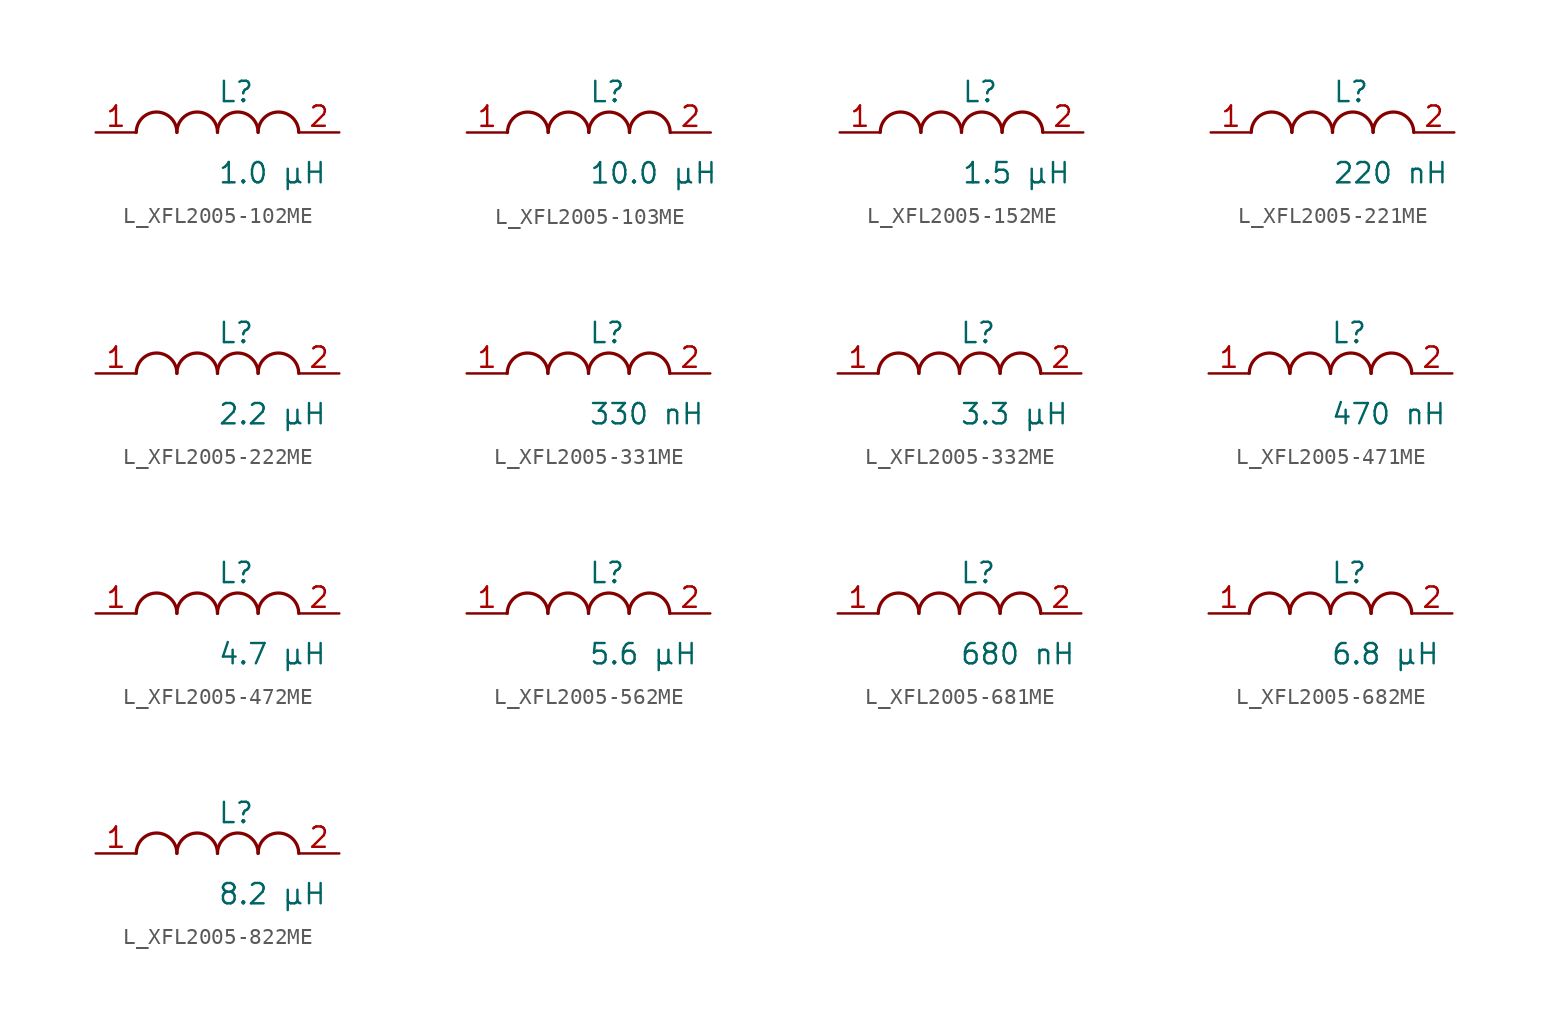
<source format=kicad_sym>
(kicad_symbol_lib
  (version 20231120)
  (generator kicad_symbol_editor)
  (generator_version 8.0)
  (symbol "L_XFL2005-102ME"
    (pin_names
      (offset 0.254))
    (property "Reference" "L"
      (at 0 2.54 0)
      (effects (font (size 1.27 1.27)) (justify left)))
    (property "Value" "1.0 µH"
      (at 0 -2.54 0)
      (effects (font (size 1.27 1.27)) (justify left)))
    (symbol "L_XFL2005-102ME_1_1"
      (arc (start -2.54 0.0056) (mid -3.81 1.27) (end -5.08 0.0056) (stroke (width 0.2032) (type default)) (fill (type none)))
      (arc (start 0 0.0056) (mid -1.27 1.27) (end -2.54 0.0056) (stroke (width 0.2032) (type default)) (fill (type none)))
      (arc (start 2.54 0.0056) (mid 1.27 1.27) (end 0 0.0056) (stroke (width 0.2032) (type default)) (fill (type none)))
      (arc (start 5.08 0.0056) (mid 3.81 1.27) (end 2.54 0.0056) (stroke (width 0.2032) (type default)) (fill (type none)))
      (pin unspecified line (at -7.62 0 0) (length 2.54) (name "" (effects (font (size 1.27 1.27)))) (number "1" (effects (font (size 1.27 1.27)))))
      (pin unspecified line (at 7.62 0 180) (length 2.54) (name "" (effects (font (size 1.27 1.27)))) (number "2" (effects (font (size 1.27 1.27)))))))
  (symbol "L_XFL2005-103ME"
    (pin_names
      (offset 0.254))
    (property "Reference" "L"
      (at 0 2.54 0)
      (effects (font (size 1.27 1.27)) (justify left)))
    (property "Value" "10.0 µH"
      (at 0 -2.54 0)
      (effects (font (size 1.27 1.27)) (justify left)))
    (symbol "L_XFL2005-103ME_1_1"
      (arc (start -2.54 0.0056) (mid -3.81 1.27) (end -5.08 0.0056) (stroke (width 0.2032) (type default)) (fill (type none)))
      (arc (start 0 0.0056) (mid -1.27 1.27) (end -2.54 0.0056) (stroke (width 0.2032) (type default)) (fill (type none)))
      (arc (start 2.54 0.0056) (mid 1.27 1.27) (end 0 0.0056) (stroke (width 0.2032) (type default)) (fill (type none)))
      (arc (start 5.08 0.0056) (mid 3.81 1.27) (end 2.54 0.0056) (stroke (width 0.2032) (type default)) (fill (type none)))
      (pin unspecified line (at -7.62 0 0) (length 2.54) (name "" (effects (font (size 1.27 1.27)))) (number "1" (effects (font (size 1.27 1.27)))))
      (pin unspecified line (at 7.62 0 180) (length 2.54) (name "" (effects (font (size 1.27 1.27)))) (number "2" (effects (font (size 1.27 1.27)))))))
  (symbol "L_XFL2005-152ME"
    (pin_names
      (offset 0.254))
    (property "Reference" "L"
      (at 0 2.54 0)
      (effects (font (size 1.27 1.27)) (justify left)))
    (property "Value" "1.5 µH"
      (at 0 -2.54 0)
      (effects (font (size 1.27 1.27)) (justify left)))
    (symbol "L_XFL2005-152ME_1_1"
      (arc (start -2.54 0.0056) (mid -3.81 1.27) (end -5.08 0.0056) (stroke (width 0.2032) (type default)) (fill (type none)))
      (arc (start 0 0.0056) (mid -1.27 1.27) (end -2.54 0.0056) (stroke (width 0.2032) (type default)) (fill (type none)))
      (arc (start 2.54 0.0056) (mid 1.27 1.27) (end 0 0.0056) (stroke (width 0.2032) (type default)) (fill (type none)))
      (arc (start 5.08 0.0056) (mid 3.81 1.27) (end 2.54 0.0056) (stroke (width 0.2032) (type default)) (fill (type none)))
      (pin unspecified line (at -7.62 0 0) (length 2.54) (name "" (effects (font (size 1.27 1.27)))) (number "1" (effects (font (size 1.27 1.27)))))
      (pin unspecified line (at 7.62 0 180) (length 2.54) (name "" (effects (font (size 1.27 1.27)))) (number "2" (effects (font (size 1.27 1.27)))))))
  (symbol "L_XFL2005-221ME"
    (pin_names
      (offset 0.254))
    (property "Reference" "L"
      (at 0 2.54 0)
      (effects (font (size 1.27 1.27)) (justify left)))
    (property "Value" "220 nH"
      (at 0 -2.54 0)
      (effects (font (size 1.27 1.27)) (justify left)))
    (symbol "L_XFL2005-221ME_1_1"
      (arc (start -2.54 0.0056) (mid -3.81 1.27) (end -5.08 0.0056) (stroke (width 0.2032) (type default)) (fill (type none)))
      (arc (start 0 0.0056) (mid -1.27 1.27) (end -2.54 0.0056) (stroke (width 0.2032) (type default)) (fill (type none)))
      (arc (start 2.54 0.0056) (mid 1.27 1.27) (end 0 0.0056) (stroke (width 0.2032) (type default)) (fill (type none)))
      (arc (start 5.08 0.0056) (mid 3.81 1.27) (end 2.54 0.0056) (stroke (width 0.2032) (type default)) (fill (type none)))
      (pin unspecified line (at -7.62 0 0) (length 2.54) (name "" (effects (font (size 1.27 1.27)))) (number "1" (effects (font (size 1.27 1.27)))))
      (pin unspecified line (at 7.62 0 180) (length 2.54) (name "" (effects (font (size 1.27 1.27)))) (number "2" (effects (font (size 1.27 1.27)))))))
  (symbol "L_XFL2005-222ME"
    (pin_names
      (offset 0.254))
    (property "Reference" "L"
      (at 0 2.54 0)
      (effects (font (size 1.27 1.27)) (justify left)))
    (property "Value" "2.2 µH"
      (at 0 -2.54 0)
      (effects (font (size 1.27 1.27)) (justify left)))
    (symbol "L_XFL2005-222ME_1_1"
      (arc (start -2.54 0.0056) (mid -3.81 1.27) (end -5.08 0.0056) (stroke (width 0.2032) (type default)) (fill (type none)))
      (arc (start 0 0.0056) (mid -1.27 1.27) (end -2.54 0.0056) (stroke (width 0.2032) (type default)) (fill (type none)))
      (arc (start 2.54 0.0056) (mid 1.27 1.27) (end 0 0.0056) (stroke (width 0.2032) (type default)) (fill (type none)))
      (arc (start 5.08 0.0056) (mid 3.81 1.27) (end 2.54 0.0056) (stroke (width 0.2032) (type default)) (fill (type none)))
      (pin unspecified line (at -7.62 0 0) (length 2.54) (name "" (effects (font (size 1.27 1.27)))) (number "1" (effects (font (size 1.27 1.27)))))
      (pin unspecified line (at 7.62 0 180) (length 2.54) (name "" (effects (font (size 1.27 1.27)))) (number "2" (effects (font (size 1.27 1.27)))))))
  (symbol "L_XFL2005-331ME"
    (pin_names
      (offset 0.254))
    (property "Reference" "L"
      (at 0 2.54 0)
      (effects (font (size 1.27 1.27)) (justify left)))
    (property "Value" "330 nH"
      (at 0 -2.54 0)
      (effects (font (size 1.27 1.27)) (justify left)))
    (symbol "L_XFL2005-331ME_1_1"
      (arc (start -2.54 0.0056) (mid -3.81 1.27) (end -5.08 0.0056) (stroke (width 0.2032) (type default)) (fill (type none)))
      (arc (start 0 0.0056) (mid -1.27 1.27) (end -2.54 0.0056) (stroke (width 0.2032) (type default)) (fill (type none)))
      (arc (start 2.54 0.0056) (mid 1.27 1.27) (end 0 0.0056) (stroke (width 0.2032) (type default)) (fill (type none)))
      (arc (start 5.08 0.0056) (mid 3.81 1.27) (end 2.54 0.0056) (stroke (width 0.2032) (type default)) (fill (type none)))
      (pin unspecified line (at -7.62 0 0) (length 2.54) (name "" (effects (font (size 1.27 1.27)))) (number "1" (effects (font (size 1.27 1.27)))))
      (pin unspecified line (at 7.62 0 180) (length 2.54) (name "" (effects (font (size 1.27 1.27)))) (number "2" (effects (font (size 1.27 1.27)))))))
  (symbol "L_XFL2005-332ME"
    (pin_names
      (offset 0.254))
    (property "Reference" "L"
      (at 0 2.54 0)
      (effects (font (size 1.27 1.27)) (justify left)))
    (property "Value" "3.3 µH"
      (at 0 -2.54 0)
      (effects (font (size 1.27 1.27)) (justify left)))
    (symbol "L_XFL2005-332ME_1_1"
      (arc (start -2.54 0.0056) (mid -3.81 1.27) (end -5.08 0.0056) (stroke (width 0.2032) (type default)) (fill (type none)))
      (arc (start 0 0.0056) (mid -1.27 1.27) (end -2.54 0.0056) (stroke (width 0.2032) (type default)) (fill (type none)))
      (arc (start 2.54 0.0056) (mid 1.27 1.27) (end 0 0.0056) (stroke (width 0.2032) (type default)) (fill (type none)))
      (arc (start 5.08 0.0056) (mid 3.81 1.27) (end 2.54 0.0056) (stroke (width 0.2032) (type default)) (fill (type none)))
      (pin unspecified line (at -7.62 0 0) (length 2.54) (name "" (effects (font (size 1.27 1.27)))) (number "1" (effects (font (size 1.27 1.27)))))
      (pin unspecified line (at 7.62 0 180) (length 2.54) (name "" (effects (font (size 1.27 1.27)))) (number "2" (effects (font (size 1.27 1.27)))))))
  (symbol "L_XFL2005-471ME"
    (pin_names
      (offset 0.254))
    (property "Reference" "L"
      (at 0 2.54 0)
      (effects (font (size 1.27 1.27)) (justify left)))
    (property "Value" "470 nH"
      (at 0 -2.54 0)
      (effects (font (size 1.27 1.27)) (justify left)))
    (symbol "L_XFL2005-471ME_1_1"
      (arc (start -2.54 0.0056) (mid -3.81 1.27) (end -5.08 0.0056) (stroke (width 0.2032) (type default)) (fill (type none)))
      (arc (start 0 0.0056) (mid -1.27 1.27) (end -2.54 0.0056) (stroke (width 0.2032) (type default)) (fill (type none)))
      (arc (start 2.54 0.0056) (mid 1.27 1.27) (end 0 0.0056) (stroke (width 0.2032) (type default)) (fill (type none)))
      (arc (start 5.08 0.0056) (mid 3.81 1.27) (end 2.54 0.0056) (stroke (width 0.2032) (type default)) (fill (type none)))
      (pin unspecified line (at -7.62 0 0) (length 2.54) (name "" (effects (font (size 1.27 1.27)))) (number "1" (effects (font (size 1.27 1.27)))))
      (pin unspecified line (at 7.62 0 180) (length 2.54) (name "" (effects (font (size 1.27 1.27)))) (number "2" (effects (font (size 1.27 1.27)))))))
  (symbol "L_XFL2005-472ME"
    (pin_names
      (offset 0.254))
    (property "Reference" "L"
      (at 0 2.54 0)
      (effects (font (size 1.27 1.27)) (justify left)))
    (property "Value" "4.7 µH"
      (at 0 -2.54 0)
      (effects (font (size 1.27 1.27)) (justify left)))
    (symbol "L_XFL2005-472ME_1_1"
      (arc (start -2.54 0.0056) (mid -3.81 1.27) (end -5.08 0.0056) (stroke (width 0.2032) (type default)) (fill (type none)))
      (arc (start 0 0.0056) (mid -1.27 1.27) (end -2.54 0.0056) (stroke (width 0.2032) (type default)) (fill (type none)))
      (arc (start 2.54 0.0056) (mid 1.27 1.27) (end 0 0.0056) (stroke (width 0.2032) (type default)) (fill (type none)))
      (arc (start 5.08 0.0056) (mid 3.81 1.27) (end 2.54 0.0056) (stroke (width 0.2032) (type default)) (fill (type none)))
      (pin unspecified line (at -7.62 0 0) (length 2.54) (name "" (effects (font (size 1.27 1.27)))) (number "1" (effects (font (size 1.27 1.27)))))
      (pin unspecified line (at 7.62 0 180) (length 2.54) (name "" (effects (font (size 1.27 1.27)))) (number "2" (effects (font (size 1.27 1.27)))))))
  (symbol "L_XFL2005-562ME"
    (pin_names
      (offset 0.254))
    (property "Reference" "L"
      (at 0 2.54 0)
      (effects (font (size 1.27 1.27)) (justify left)))
    (property "Value" "5.6 µH"
      (at 0 -2.54 0)
      (effects (font (size 1.27 1.27)) (justify left)))
    (symbol "L_XFL2005-562ME_1_1"
      (arc (start -2.54 0.0056) (mid -3.81 1.27) (end -5.08 0.0056) (stroke (width 0.2032) (type default)) (fill (type none)))
      (arc (start 0 0.0056) (mid -1.27 1.27) (end -2.54 0.0056) (stroke (width 0.2032) (type default)) (fill (type none)))
      (arc (start 2.54 0.0056) (mid 1.27 1.27) (end 0 0.0056) (stroke (width 0.2032) (type default)) (fill (type none)))
      (arc (start 5.08 0.0056) (mid 3.81 1.27) (end 2.54 0.0056) (stroke (width 0.2032) (type default)) (fill (type none)))
      (pin unspecified line (at -7.62 0 0) (length 2.54) (name "" (effects (font (size 1.27 1.27)))) (number "1" (effects (font (size 1.27 1.27)))))
      (pin unspecified line (at 7.62 0 180) (length 2.54) (name "" (effects (font (size 1.27 1.27)))) (number "2" (effects (font (size 1.27 1.27)))))))
  (symbol "L_XFL2005-681ME"
    (pin_names
      (offset 0.254))
    (property "Reference" "L"
      (at 0 2.54 0)
      (effects (font (size 1.27 1.27)) (justify left)))
    (property "Value" "680 nH"
      (at 0 -2.54 0)
      (effects (font (size 1.27 1.27)) (justify left)))
    (symbol "L_XFL2005-681ME_1_1"
      (arc (start -2.54 0.0056) (mid -3.81 1.27) (end -5.08 0.0056) (stroke (width 0.2032) (type default)) (fill (type none)))
      (arc (start 0 0.0056) (mid -1.27 1.27) (end -2.54 0.0056) (stroke (width 0.2032) (type default)) (fill (type none)))
      (arc (start 2.54 0.0056) (mid 1.27 1.27) (end 0 0.0056) (stroke (width 0.2032) (type default)) (fill (type none)))
      (arc (start 5.08 0.0056) (mid 3.81 1.27) (end 2.54 0.0056) (stroke (width 0.2032) (type default)) (fill (type none)))
      (pin unspecified line (at -7.62 0 0) (length 2.54) (name "" (effects (font (size 1.27 1.27)))) (number "1" (effects (font (size 1.27 1.27)))))
      (pin unspecified line (at 7.62 0 180) (length 2.54) (name "" (effects (font (size 1.27 1.27)))) (number "2" (effects (font (size 1.27 1.27)))))))
  (symbol "L_XFL2005-682ME"
    (pin_names
      (offset 0.254))
    (property "Reference" "L"
      (at 0 2.54 0)
      (effects (font (size 1.27 1.27)) (justify left)))
    (property "Value" "6.8 µH"
      (at 0 -2.54 0)
      (effects (font (size 1.27 1.27)) (justify left)))
    (symbol "L_XFL2005-682ME_1_1"
      (arc (start -2.54 0.0056) (mid -3.81 1.27) (end -5.08 0.0056) (stroke (width 0.2032) (type default)) (fill (type none)))
      (arc (start 0 0.0056) (mid -1.27 1.27) (end -2.54 0.0056) (stroke (width 0.2032) (type default)) (fill (type none)))
      (arc (start 2.54 0.0056) (mid 1.27 1.27) (end 0 0.0056) (stroke (width 0.2032) (type default)) (fill (type none)))
      (arc (start 5.08 0.0056) (mid 3.81 1.27) (end 2.54 0.0056) (stroke (width 0.2032) (type default)) (fill (type none)))
      (pin unspecified line (at -7.62 0 0) (length 2.54) (name "" (effects (font (size 1.27 1.27)))) (number "1" (effects (font (size 1.27 1.27)))))
      (pin unspecified line (at 7.62 0 180) (length 2.54) (name "" (effects (font (size 1.27 1.27)))) (number "2" (effects (font (size 1.27 1.27)))))))
  (symbol "L_XFL2005-822ME"
    (pin_names
      (offset 0.254))
    (property "Reference" "L"
      (at 0 2.54 0)
      (effects (font (size 1.27 1.27)) (justify left)))
    (property "Value" "8.2 µH"
      (at 0 -2.54 0)
      (effects (font (size 1.27 1.27)) (justify left)))
    (symbol "L_XFL2005-822ME_1_1"
      (arc (start -2.54 0.0056) (mid -3.81 1.27) (end -5.08 0.0056) (stroke (width 0.2032) (type default)) (fill (type none)))
      (arc (start 0 0.0056) (mid -1.27 1.27) (end -2.54 0.0056) (stroke (width 0.2032) (type default)) (fill (type none)))
      (arc (start 2.54 0.0056) (mid 1.27 1.27) (end 0 0.0056) (stroke (width 0.2032) (type default)) (fill (type none)))
      (arc (start 5.08 0.0056) (mid 3.81 1.27) (end 2.54 0.0056) (stroke (width 0.2032) (type default)) (fill (type none)))
      (pin unspecified line (at -7.62 0 0) (length 2.54) (name "" (effects (font (size 1.27 1.27)))) (number "1" (effects (font (size 1.27 1.27)))))
      (pin unspecified line (at 7.62 0 180) (length 2.54) (name "" (effects (font (size 1.27 1.27)))) (number "2" (effects (font (size 1.27 1.27))))))))
</source>
